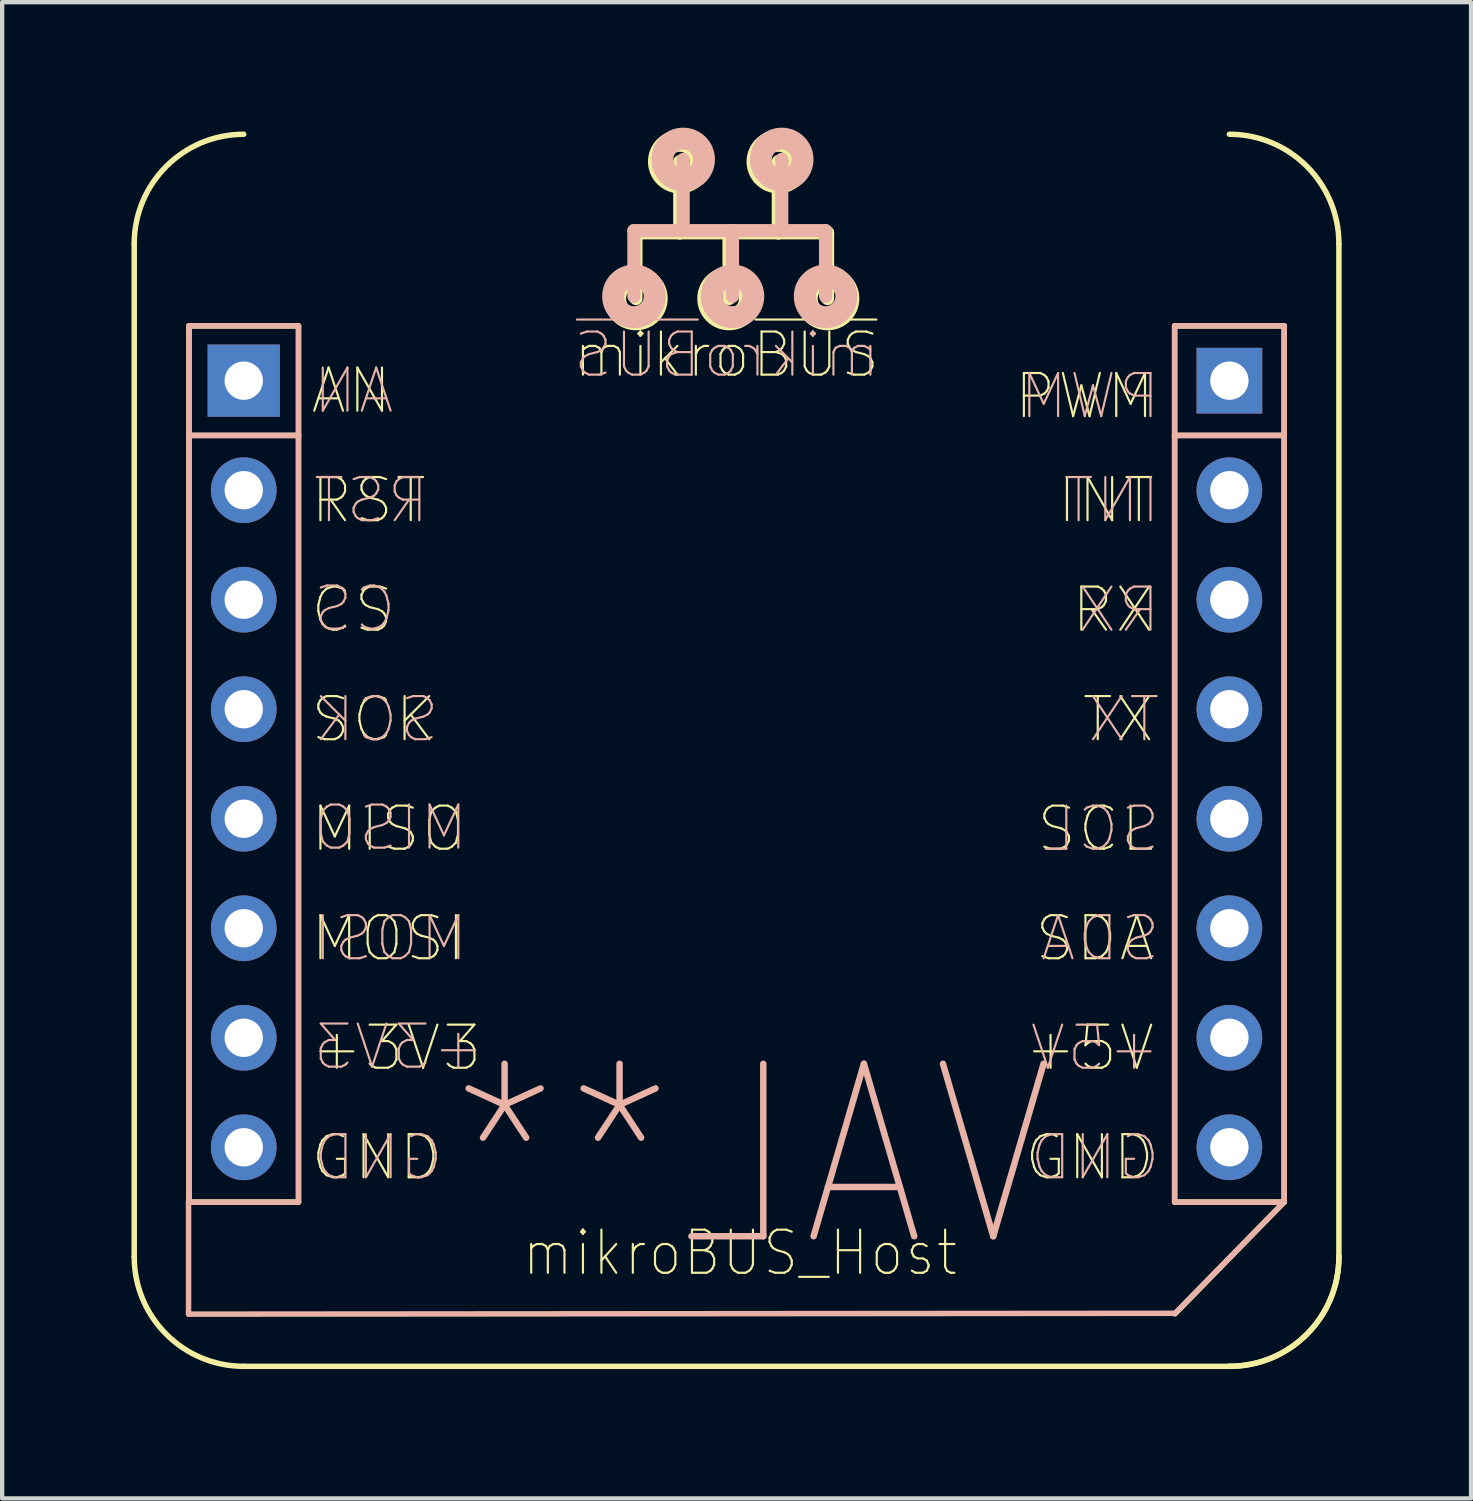
<source format=kicad_pcb>
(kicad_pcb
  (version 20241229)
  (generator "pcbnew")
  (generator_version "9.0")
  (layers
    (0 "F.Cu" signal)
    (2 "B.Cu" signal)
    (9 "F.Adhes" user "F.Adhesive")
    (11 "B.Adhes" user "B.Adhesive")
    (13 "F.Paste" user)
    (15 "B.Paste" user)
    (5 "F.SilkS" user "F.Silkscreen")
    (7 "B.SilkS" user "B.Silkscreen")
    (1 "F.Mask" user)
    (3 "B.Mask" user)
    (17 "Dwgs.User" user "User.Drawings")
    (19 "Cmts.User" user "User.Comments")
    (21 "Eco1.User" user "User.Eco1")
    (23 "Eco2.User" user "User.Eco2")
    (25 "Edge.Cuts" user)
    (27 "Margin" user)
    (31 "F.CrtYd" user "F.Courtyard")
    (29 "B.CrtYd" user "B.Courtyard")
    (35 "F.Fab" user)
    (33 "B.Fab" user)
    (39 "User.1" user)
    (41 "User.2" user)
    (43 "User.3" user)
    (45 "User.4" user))
  (footprint "mikroBUS_Host"
    (layer "F.Cu")
    (at 2.603 5.779)
    (property "Reference" "mikroBUS_Host" (at 11.51 20.23 0) (layer "F.SilkS") (effects (font (size 1 0.9) (thickness 0.05))))
    (attr through_hole)
    (fp_line (start -2.54 -3.175) (end -2.54 20.32) (stroke (width 0.127) (type solid)) (layer "F.SilkS"))
    (fp_line (start -1.27 -1.27) (end -1.27 1.27) (stroke (width 0.127) (type solid)) (layer "F.SilkS"))
    (fp_line (start -1.27 1.27) (end -1.27 19.05) (stroke (width 0.127) (type solid)) (layer "F.SilkS"))
    (fp_line (start -1.27 1.27) (end 1.27 1.27) (stroke (width 0.127) (type solid)) (layer "F.SilkS"))
    (fp_line (start -1.27 19.05) (end 1.27 19.05) (stroke (width 0.127) (type solid)) (layer "F.SilkS"))
    (fp_line (start 0 22.86) (end 22.86 22.86) (stroke (width 0.127) (type solid)) (layer "F.SilkS"))
    (fp_line (start 1.27 -1.27) (end -1.27 -1.27) (stroke (width 0.127) (type solid)) (layer "F.SilkS"))
    (fp_line (start 1.27 1.27) (end 1.27 -1.27) (stroke (width 0.127) (type solid)) (layer "F.SilkS"))
    (fp_line (start 1.27 19.05) (end 1.27 1.27) (stroke (width 0.127) (type solid)) (layer "F.SilkS"))
    (fp_line (start 9.096 -3.429) (end 9.096 -1.905) (stroke (width 0.305) (type solid)) (layer "F.SilkS"))
    (fp_line (start 9.096 -3.429) (end 10.112 -3.429) (stroke (width 0.305) (type solid)) (layer "F.SilkS"))
    (fp_line (start 10.112 -3.429) (end 10.112 -5.08) (stroke (width 0.305) (type solid)) (layer "F.SilkS"))
    (fp_line (start 10.112 -3.429) (end 11.255 -3.429) (stroke (width 0.305) (type solid)) (layer "F.SilkS"))
    (fp_line (start 11.255 -3.429) (end 11.255 -1.905) (stroke (width 0.305) (type solid)) (layer "F.SilkS"))
    (fp_line (start 11.255 -3.429) (end 12.398 -3.429) (stroke (width 0.305) (type solid)) (layer "F.SilkS"))
    (fp_line (start 12.398 -3.429) (end 12.398 -5.08) (stroke (width 0.305) (type solid)) (layer "F.SilkS"))
    (fp_line (start 12.398 -3.429) (end 13.541 -3.429) (stroke (width 0.305) (type solid)) (layer "F.SilkS"))
    (fp_line (start 13.541 -3.429) (end 13.541 -1.905) (stroke (width 0.305) (type solid)) (layer "F.SilkS"))
    (fp_line (start 21.59 -1.27) (end 21.59 1.27) (stroke (width 0.127) (type solid)) (layer "F.SilkS"))
    (fp_line (start 21.59 -1.27) (end 24.13 -1.27) (stroke (width 0.127) (type solid)) (layer "F.SilkS"))
    (fp_line (start 21.59 1.27) (end 21.59 19.05) (stroke (width 0.127) (type solid)) (layer "F.SilkS"))
    (fp_line (start 21.59 1.27) (end 24.13 1.27) (stroke (width 0.127) (type solid)) (layer "F.SilkS"))
    (fp_line (start 21.59 19.05) (end 24.13 19.05) (stroke (width 0.127) (type solid)) (layer "F.SilkS"))
    (fp_line (start 24.13 -1.27) (end 24.13 19.05) (stroke (width 0.127) (type solid)) (layer "F.SilkS"))
    (fp_line (start 24.13 19.05) (end 21.6 21.64) (stroke (width 0.127) (type solid)) (layer "F.SilkS"))
    (fp_line (start 25.4 -3.175) (end 25.4 20.32) (stroke (width 0.127) (type solid)) (layer "F.SilkS"))
    (fp_arc (start -2.54 -3.175) (mid -1.796051 -4.971051) (end 0 -5.715) (stroke (width 0.127) (type solid)) (layer "F.SilkS"))
    (fp_arc (start 0 22.86) (mid -1.796051 22.116051) (end -2.54 20.32) (stroke (width 0.127) (type solid)) (layer "F.SilkS"))
    (fp_arc (start 22.86 -5.715) (mid 24.656051 -4.971051) (end 25.4 -3.175) (stroke (width 0.127) (type solid)) (layer "F.SilkS"))
    (fp_arc (start 25.4 20.32) (mid 24.656051 22.116051) (end 22.86 22.86) (stroke (width 0.127) (type solid)) (layer "F.SilkS"))
    (fp_arc (start 25.4 20.32) (mid 24.656051 22.116051) (end 22.86 22.86) (stroke (width 0.127) (type solid)) (layer "F.SilkS"))
    (fp_circle (center 9.096 -1.905) (end 9.325 -1.905) (stroke (width 0.508) (type solid)) (fill no) (layer "F.SilkS"))
    (fp_circle (center 10.112 -5.08) (end 10.341 -5.08) (stroke (width 0.508) (type solid)) (fill no) (layer "F.SilkS"))
    (fp_circle (center 11.255 -1.905) (end 11.484 -1.905) (stroke (width 0.508) (type solid)) (fill no) (layer "F.SilkS"))
    (fp_circle (center 12.398 -5.08) (end 12.627 -5.08) (stroke (width 0.508) (type solid)) (fill no) (layer "F.SilkS"))
    (fp_circle (center 13.541 -1.905) (end 13.77 -1.905) (stroke (width 0.508) (type solid)) (fill no) (layer "F.SilkS"))
    (fp_line (start -1.28 19.03) (end -1.28 21.65) (stroke (width 0.127) (type solid)) (layer "B.SilkS"))
    (fp_line (start -1.28 21.65) (end 21.59 21.63) (stroke (width 0.127) (type solid)) (layer "B.SilkS"))
    (fp_line (start -1.27 -1.27) (end -1.27 1.27) (stroke (width 0.127) (type solid)) (layer "B.SilkS"))
    (fp_line (start -1.27 1.27) (end -1.27 19.05) (stroke (width 0.127) (type solid)) (layer "B.SilkS"))
    (fp_line (start -1.27 1.27) (end 1.27 1.27) (stroke (width 0.127) (type solid)) (layer "B.SilkS"))
    (fp_line (start -1.27 19.05) (end 1.27 19.05) (stroke (width 0.127) (type solid)) (layer "B.SilkS"))
    (fp_line (start 1.27 -1.27) (end -1.27 -1.27) (stroke (width 0.127) (type solid)) (layer "B.SilkS"))
    (fp_line (start 1.27 1.27) (end 1.27 -1.27) (stroke (width 0.127) (type solid)) (layer "B.SilkS"))
    (fp_line (start 1.27 19.05) (end 1.27 1.27) (stroke (width 0.127) (type solid)) (layer "B.SilkS"))
    (fp_line (start 9.049 -3.48) (end 9.049 -1.956) (stroke (width 0.305) (type solid)) (layer "B.SilkS"))
    (fp_line (start 10.192 -3.48) (end 9.049 -3.48) (stroke (width 0.305) (type solid)) (layer "B.SilkS"))
    (fp_line (start 10.192 -3.48) (end 10.192 -5.131) (stroke (width 0.305) (type solid)) (layer "B.SilkS"))
    (fp_line (start 11.335 -3.48) (end 10.192 -3.48) (stroke (width 0.305) (type solid)) (layer "B.SilkS"))
    (fp_line (start 11.335 -3.48) (end 11.335 -1.956) (stroke (width 0.305) (type solid)) (layer "B.SilkS"))
    (fp_line (start 12.478 -3.48) (end 11.335 -3.48) (stroke (width 0.305) (type solid)) (layer "B.SilkS"))
    (fp_line (start 12.478 -3.48) (end 12.478 -5.131) (stroke (width 0.305) (type solid)) (layer "B.SilkS"))
    (fp_line (start 13.494 -3.48) (end 12.478 -3.48) (stroke (width 0.305) (type solid)) (layer "B.SilkS"))
    (fp_line (start 13.494 -3.48) (end 13.494 -1.956) (stroke (width 0.305) (type solid)) (layer "B.SilkS"))
    (fp_line (start 21.59 -1.27) (end 21.59 1.27) (stroke (width 0.127) (type solid)) (layer "B.SilkS"))
    (fp_line (start 21.59 -1.27) (end 24.13 -1.27) (stroke (width 0.127) (type solid)) (layer "B.SilkS"))
    (fp_line (start 21.59 1.27) (end 21.59 19.05) (stroke (width 0.127) (type solid)) (layer "B.SilkS"))
    (fp_line (start 21.59 1.27) (end 24.13 1.27) (stroke (width 0.127) (type solid)) (layer "B.SilkS"))
    (fp_line (start 21.59 19.05) (end 24.13 19.05) (stroke (width 0.127) (type solid)) (layer "B.SilkS"))
    (fp_line (start 24.13 -1.27) (end 24.13 19.05) (stroke (width 0.127) (type solid)) (layer "B.SilkS"))
    (fp_line (start 24.13 19.05) (end 21.59 21.64) (stroke (width 0.127) (type solid)) (layer "B.SilkS"))
    (fp_circle (center 9.049 -1.956) (end 9.278 -1.956) (stroke (width 0.508) (type solid)) (fill no) (layer "B.SilkS"))
    (fp_circle (center 10.192 -5.131) (end 10.421 -5.131) (stroke (width 0.508) (type solid)) (fill no) (layer "B.SilkS"))
    (fp_circle (center 11.335 -1.956) (end 11.564 -1.956) (stroke (width 0.508) (type solid)) (fill no) (layer "B.SilkS"))
    (fp_circle (center 12.478 -5.131) (end 12.707 -5.131) (stroke (width 0.508) (type solid)) (fill no) (layer "B.SilkS"))
    (fp_circle (center 13.494 -1.956) (end 13.723 -1.956) (stroke (width 0.508) (type solid)) (fill no) (layer "B.SilkS"))
    (fp_text user "GND" (at 3.064 18.015 0) (layer "F.SilkS") (effects (font (size 1 1) (thickness 0.05))))
    (fp_text user "MISO" (at 3.35 10.395 0) (layer "F.SilkS") (effects (font (size 1 1) (thickness 0.05))))
    (fp_text user "SCK" (at 3.016 7.855 0) (layer "F.SilkS") (effects (font (size 1 1) (thickness 0.05))))
    (fp_text user "+5V" (at 19.617 15.475 0) (layer "F.SilkS") (effects (font (size 1 1) (thickness 0.05))))
    (fp_text user "mikro~{BUS}" (at 11.2 -0.6 0) (layer "F.SilkS") (effects (font (size 1 1) (thickness 0.05))))
    (fp_text user "+3V3" (at 3.54 15.475 0) (layer "F.SilkS") (effects (font (size 1 1) (thickness 0.05))))
    (fp_text user "RX" (at 20.164 5.315 0) (layer "F.SilkS") (effects (font (size 1 1) (thickness 0.05))))
    (fp_text user "AN" (at 2.492 0.235 0) (layer "F.SilkS") (effects (font (size 1 1) (thickness 0.05))))
    (fp_text user "PWM" (at 19.498 0.362 0) (layer "F.SilkS") (effects (font (size 1 1) (thickness 0.05))))
    (fp_text user "CS" (at 2.516 5.315 0) (layer "F.SilkS") (effects (font (size 1 1) (thickness 0.05))))
    (fp_text user "TX" (at 20.283 7.855 0) (layer "F.SilkS") (effects (font (size 1 1) (thickness 0.05))))
    (fp_text user "MOSI" (at 3.35 12.935 0) (layer "F.SilkS") (effects (font (size 1 1) (thickness 0.05))))
    (fp_text user "RST" (at 2.897 2.775 0) (layer "F.SilkS") (effects (font (size 1 1) (thickness 0.05))))
    (fp_text user "SCL" (at 19.759 10.395 0) (layer "F.SilkS") (effects (font (size 1 1) (thickness 0.05))))
    (fp_text user "INT" (at 19.998 2.775 0) (layer "F.SilkS") (effects (font (size 1 1) (thickness 0.05))))
    (fp_text user "SDA" (at 19.736 12.935 0) (layer "F.SilkS") (effects (font (size 1 1) (thickness 0.05))))
    (fp_text user "GND" (at 19.617 18.015 0) (layer "F.SilkS") (effects (font (size 1 1) (thickness 0.05))))
    (fp_text user "MISO" (at 3.405 10.37 0) (layer "B.SilkS") (effects (font (size 1 1) (thickness 0.05)) (justify mirror)))
    (fp_text user "PWM" (at 19.625 0.362 0) (layer "B.SilkS") (effects (font (size 1 1) (thickness 0.05)) (justify mirror)))
    (fp_text user "MOSI" (at 3.405 12.935 0) (layer "B.SilkS") (effects (font (size 1 1) (thickness 0.05)) (justify mirror)))
    (fp_text user "RST" (at 2.953 2.775 0) (layer "B.SilkS") (effects (font (size 1 1) (thickness 0.05)) (justify mirror)))
    (fp_text user "SCK" (at 3.072 7.855 0) (layer "B.SilkS") (effects (font (size 1 1) (thickness 0.05)) (justify mirror)))
    (fp_text user "+3V3" (at 3.596 15.45 0) (layer "B.SilkS") (effects (font (size 1 1) (thickness 0.05)) (justify mirror)))
    (fp_text user "mikro~{BUS}" (at 11.2 -0.6 0) (layer "B.SilkS") (effects (font (size 1 1) (thickness 0.05)) (justify mirror)))
    (fp_text user "SCL" (at 19.887 10.395 0) (layer "B.SilkS") (effects (font (size 1 1) (thickness 0.05)) (justify mirror)))
    (fp_text user "GND" (at 3.12 18.015 0) (layer "B.SilkS") (effects (font (size 1 1) (thickness 0.05)) (justify mirror)))
    (fp_text user "TX" (at 20.411 7.855 0) (layer "B.SilkS") (effects (font (size 1 1) (thickness 0.05)) (justify mirror)))
    (fp_text user "VAL**" (at 11.8 18 0) (layer "B.SilkS") (effects (font (size 4 3.5) (thickness 0.15)) (justify mirror)))
    (fp_text user "AN" (at 2.548 0.235 0) (layer "B.SilkS") (effects (font (size 1 1) (thickness 0.05)) (justify mirror)))
    (fp_text user "+5V" (at 19.744 15.475 0) (layer "B.SilkS") (effects (font (size 1 1) (thickness 0.05)) (justify mirror)))
    (fp_text user "CS" (at 2.572 5.29 0) (layer "B.SilkS") (effects (font (size 1 1) (thickness 0.05)) (justify mirror)))
    (fp_text user "INT" (at 20.125 2.775 0) (layer "B.SilkS") (effects (font (size 1 1) (thickness 0.05)) (justify mirror)))
    (fp_text user "RX" (at 20.291 5.315 0) (layer "B.SilkS") (effects (font (size 1 1) (thickness 0.05)) (justify mirror)))
    (fp_text user "GND" (at 19.744 18.015 0) (layer "B.SilkS") (effects (font (size 1 1) (thickness 0.05)) (justify mirror)))
    (fp_text user "SDA" (at 19.863 12.935 0) (layer "B.SilkS") (effects (font (size 1 1) (thickness 0.05)) (justify mirror)))
    (pad "P1" thru_hole rect (at 0 0) (size 1.676 1.676) (drill 0.889) (layers "*.Cu" "*.Mask"))
    (pad "P2" thru_hole circle (at 0 2.54) (size 1.524 1.524) (drill 0.889) (layers "*.Cu" "*.Mask"))
    (pad "P3" thru_hole circle (at 0 5.08) (size 1.524 1.524) (drill 0.889) (layers "*.Cu" "*.Mask"))
    (pad "P4" thru_hole circle (at 0 7.62) (size 1.524 1.524) (drill 0.889) (layers "*.Cu" "*.Mask"))
    (pad "P5" thru_hole circle (at 0 10.16) (size 1.524 1.524) (drill 0.889) (layers "*.Cu" "*.Mask"))
    (pad "P6" thru_hole circle (at 0 12.7) (size 1.524 1.524) (drill 0.889) (layers "*.Cu" "*.Mask"))
    (pad "P7" thru_hole circle (at 0 15.24) (size 1.524 1.524) (drill 0.889) (layers "*.Cu" "*.Mask"))
    (pad "P8" thru_hole circle (at 0 17.78) (size 1.524 1.524) (drill 0.889) (layers "*.Cu" "*.Mask"))
    (pad "P9" thru_hole circle (at 22.86 17.78) (size 1.524 1.524) (drill 0.889) (layers "*.Cu" "*.Mask"))
    (pad "P10" thru_hole circle (at 22.86 15.24) (size 1.524 1.524) (drill 0.889) (layers "*.Cu" "*.Mask"))
    (pad "P11" thru_hole circle (at 22.86 12.7) (size 1.524 1.524) (drill 0.889) (layers "*.Cu" "*.Mask"))
    (pad "P12" thru_hole circle (at 22.86 10.16) (size 1.524 1.524) (drill 0.889) (layers "*.Cu" "*.Mask"))
    (pad "P13" thru_hole circle (at 22.86 7.62) (size 1.524 1.524) (drill 0.889) (layers "*.Cu" "*.Mask"))
    (pad "P14" thru_hole circle (at 22.86 5.08) (size 1.524 1.524) (drill 0.889) (layers "*.Cu" "*.Mask"))
    (pad "P15" thru_hole circle (at 22.86 2.54) (size 1.524 1.524) (drill 0.889) (layers "*.Cu" "*.Mask"))
    (pad "P16" thru_hole rect (at 22.86 0) (size 1.524 1.524) (drill 0.889) (layers "*.Cu" "*.Mask")))
  (gr_rect
    (start -3 -3)
    (end 31.067 31.702)
    (stroke (width 0.1) (type default))
    (fill no)
    (layer "Edge.Cuts")))
</source>
